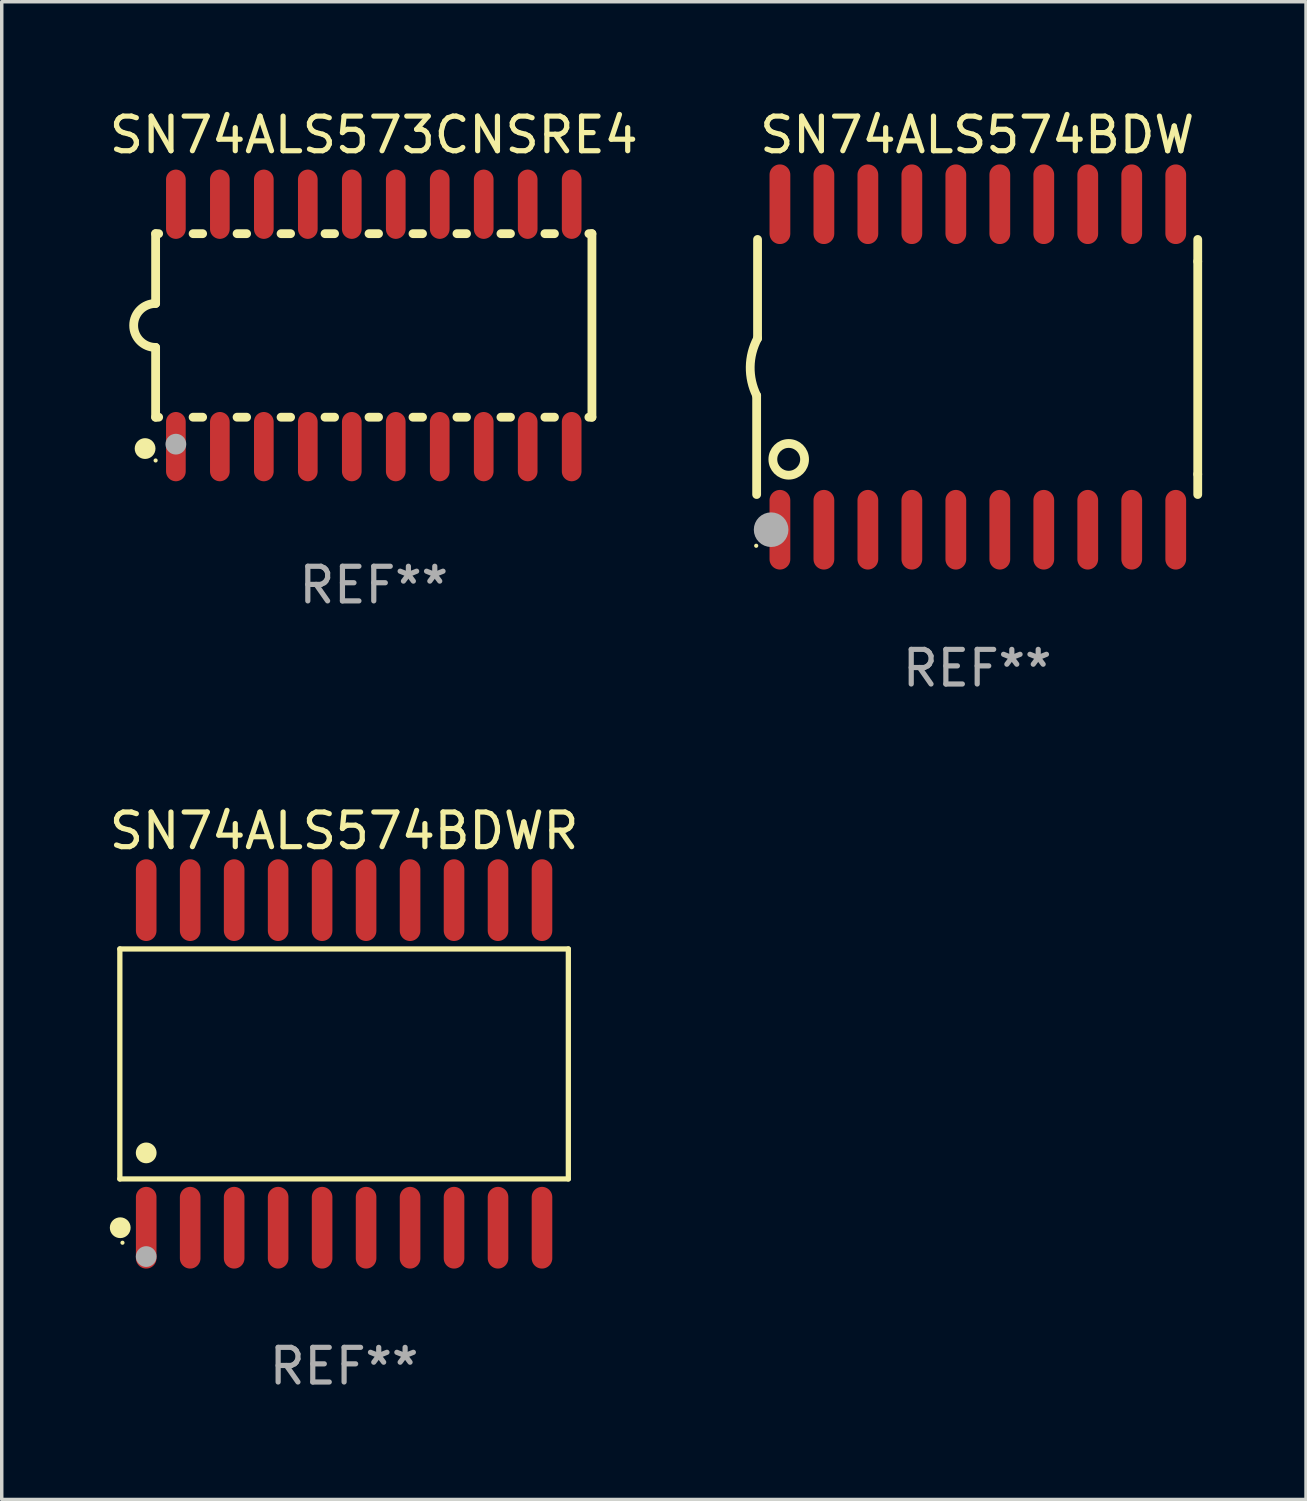
<source format=kicad_pcb>
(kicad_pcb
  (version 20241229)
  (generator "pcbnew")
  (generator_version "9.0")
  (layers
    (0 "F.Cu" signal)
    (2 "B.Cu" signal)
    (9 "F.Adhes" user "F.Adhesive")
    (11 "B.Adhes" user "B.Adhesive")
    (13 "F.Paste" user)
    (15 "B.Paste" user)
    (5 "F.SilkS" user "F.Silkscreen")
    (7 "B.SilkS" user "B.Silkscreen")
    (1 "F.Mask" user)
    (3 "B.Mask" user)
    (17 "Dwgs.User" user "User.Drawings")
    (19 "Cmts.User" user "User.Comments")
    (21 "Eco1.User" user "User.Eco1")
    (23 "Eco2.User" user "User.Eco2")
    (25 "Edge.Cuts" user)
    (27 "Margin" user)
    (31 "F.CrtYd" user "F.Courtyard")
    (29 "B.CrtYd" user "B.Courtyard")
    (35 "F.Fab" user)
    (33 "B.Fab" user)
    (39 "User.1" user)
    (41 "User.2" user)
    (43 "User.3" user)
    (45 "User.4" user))
  (footprint "SN74ALS574BDWR"
    (layer "F.Cu")
    (at 6.887 27.675)
    (property "Reference" "SN74ALS574BDWR" (at 0 -6.73 0) (layer "F.SilkS") (effects (font (size 1 1) (thickness 0.15))))
    (attr through_hole)
    (fp_line (start -6.476 -3.321) (end 6.476 -3.321) (stroke (width 0.152) (type solid)) (layer "F.SilkS"))
    (fp_line (start -6.476 3.321) (end -6.476 -3.321) (stroke (width 0.152) (type solid)) (layer "F.SilkS"))
    (fp_line (start 6.476 -3.321) (end 6.476 3.321) (stroke (width 0.152) (type solid)) (layer "F.SilkS"))
    (fp_line (start 6.476 3.321) (end -6.476 3.321) (stroke (width 0.152) (type solid)) (layer "F.SilkS"))
    (fp_circle (center -6.465 4.73) (end -6.315 4.73) (stroke (width 0.3) (type solid)) (fill no) (layer "F.SilkS"))
    (fp_circle (center -6.4 5.163) (end -6.37 5.163) (stroke (width 0.06) (type solid)) (fill no) (layer "F.SilkS"))
    (fp_circle (center -5.715 2.569) (end -5.565 2.569) (stroke (width 0.3) (type solid)) (fill no) (layer "F.SilkS"))
    (fp_circle (center -5.715 5.563) (end -5.565 5.563) (stroke (width 0.3) (type solid)) (fill no) (layer "F.Fab"))
    (fp_text user "REF**" (at 0 8.73 0) (layer "F.Fab") (effects (font (size 1 1) (thickness 0.15))))
    (pad "1" smd oval (at -5.715 4.73) (size 0.595 2.36) (layers "F.Cu" "F.Mask" "F.Paste"))
    (pad "2" smd oval (at -4.445 4.73) (size 0.595 2.36) (layers "F.Cu" "F.Mask" "F.Paste"))
    (pad "3" smd oval (at -3.175 4.73) (size 0.595 2.36) (layers "F.Cu" "F.Mask" "F.Paste"))
    (pad "4" smd oval (at -1.905 4.73) (size 0.595 2.36) (layers "F.Cu" "F.Mask" "F.Paste"))
    (pad "5" smd oval (at -0.635 4.73) (size 0.595 2.36) (layers "F.Cu" "F.Mask" "F.Paste"))
    (pad "6" smd oval (at 0.635 4.73) (size 0.595 2.36) (layers "F.Cu" "F.Mask" "F.Paste"))
    (pad "7" smd oval (at 1.905 4.73) (size 0.595 2.36) (layers "F.Cu" "F.Mask" "F.Paste"))
    (pad "8" smd oval (at 3.175 4.73) (size 0.595 2.36) (layers "F.Cu" "F.Mask" "F.Paste"))
    (pad "9" smd oval (at 4.445 4.73) (size 0.595 2.36) (layers "F.Cu" "F.Mask" "F.Paste"))
    (pad "10" smd oval (at 5.715 4.73) (size 0.595 2.36) (layers "F.Cu" "F.Mask" "F.Paste"))
    (pad "11" smd oval (at 5.715 -4.73) (size 0.595 2.36) (layers "F.Cu" "F.Mask" "F.Paste"))
    (pad "12" smd oval (at 4.445 -4.73) (size 0.595 2.36) (layers "F.Cu" "F.Mask" "F.Paste"))
    (pad "13" smd oval (at 3.175 -4.73) (size 0.595 2.36) (layers "F.Cu" "F.Mask" "F.Paste"))
    (pad "14" smd oval (at 1.905 -4.73) (size 0.595 2.36) (layers "F.Cu" "F.Mask" "F.Paste"))
    (pad "15" smd oval (at 0.635 -4.73) (size 0.595 2.36) (layers "F.Cu" "F.Mask" "F.Paste"))
    (pad "16" smd oval (at -0.635 -4.73) (size 0.595 2.36) (layers "F.Cu" "F.Mask" "F.Paste"))
    (pad "17" smd oval (at -1.905 -4.73) (size 0.595 2.36) (layers "F.Cu" "F.Mask" "F.Paste"))
    (pad "18" smd oval (at -3.175 -4.73) (size 0.595 2.36) (layers "F.Cu" "F.Mask" "F.Paste"))
    (pad "19" smd oval (at -4.445 -4.73) (size 0.595 2.36) (layers "F.Cu" "F.Mask" "F.Paste"))
    (pad "20" smd oval (at -5.715 -4.73) (size 0.595 2.36) (layers "F.Cu" "F.Mask" "F.Paste")))
  (footprint "SN74ALS574BDW"
    (layer "F.Cu")
    (at 25.17 7.548)
    (property "Reference" "SN74ALS574BDW" (at 0 -6.7 0) (layer "F.SilkS") (effects (font (size 1 1) (thickness 0.15))))
    (attr through_hole)
    (fp_line (start -6.369 0.826) (end -6.369 3.683) (stroke (width 0.254) (type solid)) (layer "F.SilkS"))
    (fp_line (start -6.343 -0.825) (end -6.343 -3.683) (stroke (width 0.254) (type solid)) (layer "F.SilkS"))
    (fp_line (start 6.369 -3.048) (end 6.369 -3.683) (stroke (width 0.254) (type solid)) (layer "F.SilkS"))
    (fp_line (start 6.369 -3.048) (end 6.369 3.096) (stroke (width 0.254) (type solid)) (layer "F.SilkS"))
    (fp_line (start 6.369 3.096) (end 6.369 3.683) (stroke (width 0.254) (type solid)) (layer "F.SilkS"))
    (fp_arc (start -6.36853 0.825552) (mid -6.554743 -0.00301) (end -6.343129 -0.825451) (stroke (width 0.254001) (type solid)) (layer "F.SilkS"))
    (fp_circle (center -6.382 5.163) (end -6.352 5.163) (stroke (width 0.06) (type solid)) (fill no) (layer "F.SilkS"))
    (fp_circle (center -5.443 2.667) (end -4.985 2.667) (stroke (width 0.254) (type solid)) (fill no) (layer "F.SilkS"))
    (fp_circle (center -5.951 4.699) (end -5.701 4.699) (stroke (width 0.5) (type solid)) (fill no) (layer "F.Fab"))
    (fp_text user "REF**" (at 0 8.7 0) (layer "F.Fab") (effects (font (size 1 1) (thickness 0.15))))
    (pad "1" smd oval (at -5.697 4.7 180) (size 0.6 2.3) (layers "F.Cu" "F.Mask" "F.Paste"))
    (pad "2" smd oval (at -4.427 4.7 180) (size 0.6 2.3) (layers "F.Cu" "F.Mask" "F.Paste"))
    (pad "3" smd oval (at -3.157 4.7 180) (size 0.6 2.3) (layers "F.Cu" "F.Mask" "F.Paste"))
    (pad "4" smd oval (at -1.887 4.7 180) (size 0.6 2.3) (layers "F.Cu" "F.Mask" "F.Paste"))
    (pad "5" smd oval (at -0.617 4.7 180) (size 0.6 2.3) (layers "F.Cu" "F.Mask" "F.Paste"))
    (pad "6" smd oval (at 0.653 4.7 180) (size 0.6 2.3) (layers "F.Cu" "F.Mask" "F.Paste"))
    (pad "7" smd oval (at 1.923 4.7 180) (size 0.6 2.3) (layers "F.Cu" "F.Mask" "F.Paste"))
    (pad "8" smd oval (at 3.193 4.7 180) (size 0.6 2.3) (layers "F.Cu" "F.Mask" "F.Paste"))
    (pad "9" smd oval (at 4.463 4.7 180) (size 0.6 2.3) (layers "F.Cu" "F.Mask" "F.Paste"))
    (pad "10" smd oval (at 5.734 4.7 180) (size 0.6 2.3) (layers "F.Cu" "F.Mask" "F.Paste"))
    (pad "11" smd oval (at 5.734 -4.7 180) (size 0.6 2.3) (layers "F.Cu" "F.Mask" "F.Paste"))
    (pad "12" smd oval (at 4.463 -4.7 180) (size 0.6 2.3) (layers "F.Cu" "F.Mask" "F.Paste"))
    (pad "13" smd oval (at 3.193 -4.7 180) (size 0.6 2.3) (layers "F.Cu" "F.Mask" "F.Paste"))
    (pad "14" smd oval (at 1.923 -4.7 180) (size 0.6 2.3) (layers "F.Cu" "F.Mask" "F.Paste"))
    (pad "15" smd oval (at 0.653 -4.7 180) (size 0.6 2.3) (layers "F.Cu" "F.Mask" "F.Paste"))
    (pad "16" smd oval (at -0.617 -4.7 180) (size 0.6 2.3) (layers "F.Cu" "F.Mask" "F.Paste"))
    (pad "17" smd oval (at -1.887 -4.7 180) (size 0.6 2.3) (layers "F.Cu" "F.Mask" "F.Paste"))
    (pad "18" smd oval (at -3.157 -4.7 180) (size 0.6 2.3) (layers "F.Cu" "F.Mask" "F.Paste"))
    (pad "19" smd oval (at -4.427 -4.7 180) (size 0.6 2.3) (layers "F.Cu" "F.Mask" "F.Paste"))
    (pad "20" smd oval (at -5.697 -4.7 180) (size 0.6 2.3) (layers "F.Cu" "F.Mask" "F.Paste")))
  (footprint "SN74ALS573CNSRE4"
    (layer "F.Cu")
    (at 7.744 6.348)
    (property "Reference" "SN74ALS573CNSRE4" (at 0 -5.5 0) (layer "F.SilkS") (effects (font (size 1 1) (thickness 0.15))))
    (attr through_hole)
    (fp_line (start -6.3 -2.65) (end -6.3 -0.635) (stroke (width 0.254) (type solid)) (layer "F.SilkS"))
    (fp_line (start -6.3 -2.65) (end -6.212 -2.65) (stroke (width 0.254) (type solid)) (layer "F.SilkS"))
    (fp_line (start -6.3 2.65) (end -6.3 0.635) (stroke (width 0.254) (type solid)) (layer "F.SilkS"))
    (fp_line (start -6.3 2.65) (end -6.212 2.65) (stroke (width 0.254) (type solid)) (layer "F.SilkS"))
    (fp_line (start -5.218 -2.65) (end -4.942 -2.65) (stroke (width 0.254) (type solid)) (layer "F.SilkS"))
    (fp_line (start -5.218 2.65) (end -4.942 2.65) (stroke (width 0.254) (type solid)) (layer "F.SilkS"))
    (fp_line (start -3.948 -2.65) (end -3.672 -2.65) (stroke (width 0.254) (type solid)) (layer "F.SilkS"))
    (fp_line (start -3.948 2.65) (end -3.672 2.65) (stroke (width 0.254) (type solid)) (layer "F.SilkS"))
    (fp_line (start -2.678 -2.65) (end -2.402 -2.65) (stroke (width 0.254) (type solid)) (layer "F.SilkS"))
    (fp_line (start -2.678 2.65) (end -2.402 2.65) (stroke (width 0.254) (type solid)) (layer "F.SilkS"))
    (fp_line (start -1.408 -2.65) (end -1.132 -2.65) (stroke (width 0.254) (type solid)) (layer "F.SilkS"))
    (fp_line (start -1.408 2.65) (end -1.132 2.65) (stroke (width 0.254) (type solid)) (layer "F.SilkS"))
    (fp_line (start -0.138 -2.65) (end 0.138 -2.65) (stroke (width 0.254) (type solid)) (layer "F.SilkS"))
    (fp_line (start -0.138 2.65) (end 0.138 2.65) (stroke (width 0.254) (type solid)) (layer "F.SilkS"))
    (fp_line (start 1.132 -2.65) (end 1.408 -2.65) (stroke (width 0.254) (type solid)) (layer "F.SilkS"))
    (fp_line (start 1.132 2.65) (end 1.408 2.65) (stroke (width 0.254) (type solid)) (layer "F.SilkS"))
    (fp_line (start 2.402 -2.65) (end 2.678 -2.65) (stroke (width 0.254) (type solid)) (layer "F.SilkS"))
    (fp_line (start 2.402 2.65) (end 2.678 2.65) (stroke (width 0.254) (type solid)) (layer "F.SilkS"))
    (fp_line (start 3.672 -2.65) (end 3.948 -2.65) (stroke (width 0.254) (type solid)) (layer "F.SilkS"))
    (fp_line (start 3.672 2.65) (end 3.948 2.65) (stroke (width 0.254) (type solid)) (layer "F.SilkS"))
    (fp_line (start 4.942 -2.65) (end 5.218 -2.65) (stroke (width 0.254) (type solid)) (layer "F.SilkS"))
    (fp_line (start 4.942 2.65) (end 5.218 2.65) (stroke (width 0.254) (type solid)) (layer "F.SilkS"))
    (fp_line (start 6.212 -2.65) (end 6.3 -2.65) (stroke (width 0.254) (type solid)) (layer "F.SilkS"))
    (fp_line (start 6.212 2.65) (end 6.3 2.65) (stroke (width 0.254) (type solid)) (layer "F.SilkS"))
    (fp_line (start 6.3 -2.65) (end 6.3 2.65) (stroke (width 0.254) (type solid)) (layer "F.SilkS"))
    (fp_arc (start -6.299975 0.634874) (mid -6.933579 0.000127) (end -6.299213 -0.633858) (stroke (width 0.254001) (type solid)) (layer "F.SilkS"))
    (fp_circle (center -6.604 3.556) (end -6.454 3.556) (stroke (width 0.3) (type solid)) (fill no) (layer "F.SilkS"))
    (fp_circle (center -6.3 3.9) (end -6.27 3.9) (stroke (width 0.06) (type solid)) (fill no) (layer "F.SilkS"))
    (fp_circle (center -5.715 3.429) (end -5.565 3.429) (stroke (width 0.3) (type solid)) (fill no) (layer "F.Fab"))
    (fp_text user "REF**" (at 0 7.5 0) (layer "F.Fab") (effects (font (size 1 1) (thickness 0.15))))
    (pad "1" smd oval (at -5.715 3.5) (size 0.568 2) (layers "F.Cu" "F.Mask" "F.Paste"))
    (pad "2" smd oval (at -4.445 3.5) (size 0.568 2) (layers "F.Cu" "F.Mask" "F.Paste"))
    (pad "3" smd oval (at -3.175 3.5) (size 0.568 2) (layers "F.Cu" "F.Mask" "F.Paste"))
    (pad "4" smd oval (at -1.905 3.5) (size 0.568 2) (layers "F.Cu" "F.Mask" "F.Paste"))
    (pad "5" smd oval (at -0.635 3.5) (size 0.568 2) (layers "F.Cu" "F.Mask" "F.Paste"))
    (pad "6" smd oval (at 0.635 3.5) (size 0.568 2) (layers "F.Cu" "F.Mask" "F.Paste"))
    (pad "7" smd oval (at 1.905 3.5) (size 0.568 2) (layers "F.Cu" "F.Mask" "F.Paste"))
    (pad "8" smd oval (at 3.175 3.5) (size 0.568 2) (layers "F.Cu" "F.Mask" "F.Paste"))
    (pad "9" smd oval (at 4.445 3.5) (size 0.568 2) (layers "F.Cu" "F.Mask" "F.Paste"))
    (pad "10" smd oval (at 5.715 3.5) (size 0.568 2) (layers "F.Cu" "F.Mask" "F.Paste"))
    (pad "11" smd oval (at 5.715 -3.5) (size 0.568 2) (layers "F.Cu" "F.Mask" "F.Paste"))
    (pad "12" smd oval (at 4.445 -3.5) (size 0.568 2) (layers "F.Cu" "F.Mask" "F.Paste"))
    (pad "13" smd oval (at 3.175 -3.5) (size 0.568 2) (layers "F.Cu" "F.Mask" "F.Paste"))
    (pad "14" smd oval (at 1.905 -3.5) (size 0.568 2) (layers "F.Cu" "F.Mask" "F.Paste"))
    (pad "15" smd oval (at 0.635 -3.5) (size 0.568 2) (layers "F.Cu" "F.Mask" "F.Paste"))
    (pad "16" smd oval (at -0.635 -3.5) (size 0.568 2) (layers "F.Cu" "F.Mask" "F.Paste"))
    (pad "17" smd oval (at -1.905 -3.5) (size 0.568 2) (layers "F.Cu" "F.Mask" "F.Paste"))
    (pad "18" smd oval (at -3.175 -3.5) (size 0.568 2) (layers "F.Cu" "F.Mask" "F.Paste"))
    (pad "19" smd oval (at -4.445 -3.5) (size 0.568 2) (layers "F.Cu" "F.Mask" "F.Paste"))
    (pad "20" smd oval (at -5.715 -3.5) (size 0.568 2) (layers "F.Cu" "F.Mask" "F.Paste")))
  (gr_rect
    (start -3 -3)
    (end 34.666 40.253)
    (stroke (width 0.1) (type default))
    (fill no)
    (layer "Edge.Cuts")))
</source>
